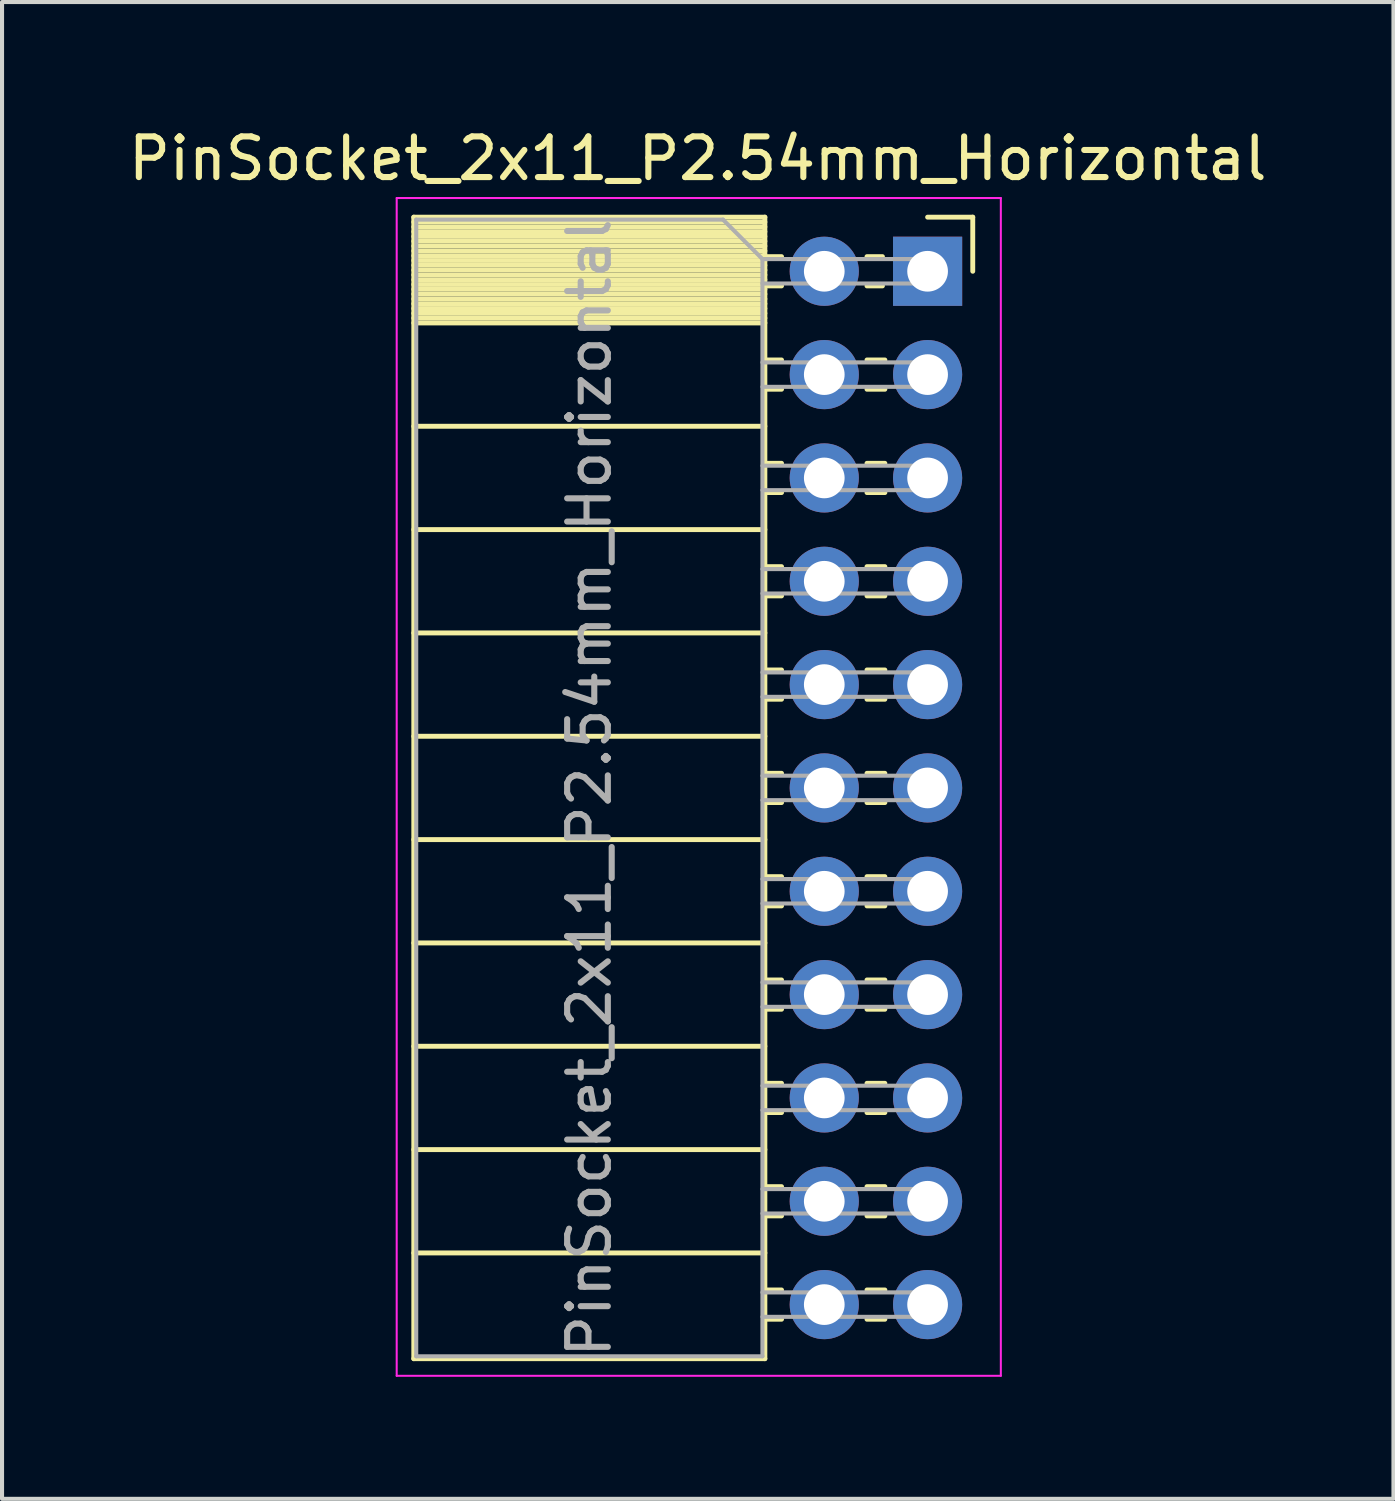
<source format=kicad_pcb>
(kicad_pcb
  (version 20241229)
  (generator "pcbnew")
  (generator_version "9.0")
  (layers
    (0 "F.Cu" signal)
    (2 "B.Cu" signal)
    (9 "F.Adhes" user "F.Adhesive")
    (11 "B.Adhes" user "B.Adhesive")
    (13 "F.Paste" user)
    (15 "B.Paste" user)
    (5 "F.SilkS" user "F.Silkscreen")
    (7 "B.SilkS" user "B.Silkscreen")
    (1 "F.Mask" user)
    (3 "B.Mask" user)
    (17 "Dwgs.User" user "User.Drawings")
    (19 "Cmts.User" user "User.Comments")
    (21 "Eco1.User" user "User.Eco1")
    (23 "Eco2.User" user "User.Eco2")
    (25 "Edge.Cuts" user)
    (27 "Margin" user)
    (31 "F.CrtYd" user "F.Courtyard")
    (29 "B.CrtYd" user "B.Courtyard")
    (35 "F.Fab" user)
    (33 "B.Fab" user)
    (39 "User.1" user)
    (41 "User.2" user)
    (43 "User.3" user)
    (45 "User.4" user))
  (footprint "PinSocket_2x11_P2.54mm_Horizontal"
    (layer "F.Cu")
    (at 19.751 3.618)
    (property "Reference" "PinSocket_2x11_P2.54mm_Horizontal" (at -5.65 -2.77 0) (layer "F.SilkS") (effects (font (size 1 1) (thickness 0.15))))
    (attr through_hole)
    (fp_line (start -12.63 -1.33) (end -12.63 26.73) (stroke (width 0.12) (type solid)) (layer "F.SilkS"))
    (fp_line (start -12.63 -1.33) (end -4 -1.33) (stroke (width 0.12) (type solid)) (layer "F.SilkS"))
    (fp_line (start -12.63 -1.21) (end -4 -1.21) (stroke (width 0.12) (type solid)) (layer "F.SilkS"))
    (fp_line (start -12.63 -1.092) (end -4 -1.092) (stroke (width 0.12) (type solid)) (layer "F.SilkS"))
    (fp_line (start -12.63 -0.974) (end -4 -0.974) (stroke (width 0.12) (type solid)) (layer "F.SilkS"))
    (fp_line (start -12.63 -0.856) (end -4 -0.856) (stroke (width 0.12) (type solid)) (layer "F.SilkS"))
    (fp_line (start -12.63 -0.738) (end -4 -0.738) (stroke (width 0.12) (type solid)) (layer "F.SilkS"))
    (fp_line (start -12.63 -0.62) (end -4 -0.62) (stroke (width 0.12) (type solid)) (layer "F.SilkS"))
    (fp_line (start -12.63 -0.501) (end -4 -0.501) (stroke (width 0.12) (type solid)) (layer "F.SilkS"))
    (fp_line (start -12.63 -0.383) (end -4 -0.383) (stroke (width 0.12) (type solid)) (layer "F.SilkS"))
    (fp_line (start -12.63 -0.265) (end -4 -0.265) (stroke (width 0.12) (type solid)) (layer "F.SilkS"))
    (fp_line (start -12.63 -0.147) (end -4 -0.147) (stroke (width 0.12) (type solid)) (layer "F.SilkS"))
    (fp_line (start -12.63 -0.029) (end -4 -0.029) (stroke (width 0.12) (type solid)) (layer "F.SilkS"))
    (fp_line (start -12.63 0.089) (end -4 0.089) (stroke (width 0.12) (type solid)) (layer "F.SilkS"))
    (fp_line (start -12.63 0.207) (end -4 0.207) (stroke (width 0.12) (type solid)) (layer "F.SilkS"))
    (fp_line (start -12.63 0.325) (end -4 0.325) (stroke (width 0.12) (type solid)) (layer "F.SilkS"))
    (fp_line (start -12.63 0.443) (end -4 0.443) (stroke (width 0.12) (type solid)) (layer "F.SilkS"))
    (fp_line (start -12.63 0.561) (end -4 0.561) (stroke (width 0.12) (type solid)) (layer "F.SilkS"))
    (fp_line (start -12.63 0.68) (end -4 0.68) (stroke (width 0.12) (type solid)) (layer "F.SilkS"))
    (fp_line (start -12.63 0.798) (end -4 0.798) (stroke (width 0.12) (type solid)) (layer "F.SilkS"))
    (fp_line (start -12.63 0.916) (end -4 0.916) (stroke (width 0.12) (type solid)) (layer "F.SilkS"))
    (fp_line (start -12.63 1.034) (end -4 1.034) (stroke (width 0.12) (type solid)) (layer "F.SilkS"))
    (fp_line (start -12.63 1.152) (end -4 1.152) (stroke (width 0.12) (type solid)) (layer "F.SilkS"))
    (fp_line (start -12.63 1.27) (end -4 1.27) (stroke (width 0.12) (type solid)) (layer "F.SilkS"))
    (fp_line (start -12.63 3.81) (end -4 3.81) (stroke (width 0.12) (type solid)) (layer "F.SilkS"))
    (fp_line (start -12.63 6.35) (end -4 6.35) (stroke (width 0.12) (type solid)) (layer "F.SilkS"))
    (fp_line (start -12.63 8.89) (end -4 8.89) (stroke (width 0.12) (type solid)) (layer "F.SilkS"))
    (fp_line (start -12.63 11.43) (end -4 11.43) (stroke (width 0.12) (type solid)) (layer "F.SilkS"))
    (fp_line (start -12.63 13.97) (end -4 13.97) (stroke (width 0.12) (type solid)) (layer "F.SilkS"))
    (fp_line (start -12.63 16.51) (end -4 16.51) (stroke (width 0.12) (type solid)) (layer "F.SilkS"))
    (fp_line (start -12.63 19.05) (end -4 19.05) (stroke (width 0.12) (type solid)) (layer "F.SilkS"))
    (fp_line (start -12.63 21.59) (end -4 21.59) (stroke (width 0.12) (type solid)) (layer "F.SilkS"))
    (fp_line (start -12.63 24.13) (end -4 24.13) (stroke (width 0.12) (type solid)) (layer "F.SilkS"))
    (fp_line (start -12.63 26.73) (end -4 26.73) (stroke (width 0.12) (type solid)) (layer "F.SilkS"))
    (fp_line (start -4 -1.33) (end -4 26.73) (stroke (width 0.12) (type solid)) (layer "F.SilkS"))
    (fp_line (start -4 -0.36) (end -3.59 -0.36) (stroke (width 0.12) (type solid)) (layer "F.SilkS"))
    (fp_line (start -4 0.36) (end -3.59 0.36) (stroke (width 0.12) (type solid)) (layer "F.SilkS"))
    (fp_line (start -4 2.18) (end -3.59 2.18) (stroke (width 0.12) (type solid)) (layer "F.SilkS"))
    (fp_line (start -4 2.9) (end -3.59 2.9) (stroke (width 0.12) (type solid)) (layer "F.SilkS"))
    (fp_line (start -4 4.72) (end -3.59 4.72) (stroke (width 0.12) (type solid)) (layer "F.SilkS"))
    (fp_line (start -4 5.44) (end -3.59 5.44) (stroke (width 0.12) (type solid)) (layer "F.SilkS"))
    (fp_line (start -4 7.26) (end -3.59 7.26) (stroke (width 0.12) (type solid)) (layer "F.SilkS"))
    (fp_line (start -4 7.98) (end -3.59 7.98) (stroke (width 0.12) (type solid)) (layer "F.SilkS"))
    (fp_line (start -4 9.8) (end -3.59 9.8) (stroke (width 0.12) (type solid)) (layer "F.SilkS"))
    (fp_line (start -4 10.52) (end -3.59 10.52) (stroke (width 0.12) (type solid)) (layer "F.SilkS"))
    (fp_line (start -4 12.34) (end -3.59 12.34) (stroke (width 0.12) (type solid)) (layer "F.SilkS"))
    (fp_line (start -4 13.06) (end -3.59 13.06) (stroke (width 0.12) (type solid)) (layer "F.SilkS"))
    (fp_line (start -4 14.88) (end -3.59 14.88) (stroke (width 0.12) (type solid)) (layer "F.SilkS"))
    (fp_line (start -4 15.6) (end -3.59 15.6) (stroke (width 0.12) (type solid)) (layer "F.SilkS"))
    (fp_line (start -4 17.42) (end -3.59 17.42) (stroke (width 0.12) (type solid)) (layer "F.SilkS"))
    (fp_line (start -4 18.14) (end -3.59 18.14) (stroke (width 0.12) (type solid)) (layer "F.SilkS"))
    (fp_line (start -4 19.96) (end -3.59 19.96) (stroke (width 0.12) (type solid)) (layer "F.SilkS"))
    (fp_line (start -4 20.68) (end -3.59 20.68) (stroke (width 0.12) (type solid)) (layer "F.SilkS"))
    (fp_line (start -4 22.5) (end -3.59 22.5) (stroke (width 0.12) (type solid)) (layer "F.SilkS"))
    (fp_line (start -4 23.22) (end -3.59 23.22) (stroke (width 0.12) (type solid)) (layer "F.SilkS"))
    (fp_line (start -4 25.04) (end -3.59 25.04) (stroke (width 0.12) (type solid)) (layer "F.SilkS"))
    (fp_line (start -4 25.76) (end -3.59 25.76) (stroke (width 0.12) (type solid)) (layer "F.SilkS"))
    (fp_line (start -1.49 -0.36) (end -1.11 -0.36) (stroke (width 0.12) (type solid)) (layer "F.SilkS"))
    (fp_line (start -1.49 0.36) (end -1.11 0.36) (stroke (width 0.12) (type solid)) (layer "F.SilkS"))
    (fp_line (start -1.49 2.18) (end -1.05 2.18) (stroke (width 0.12) (type solid)) (layer "F.SilkS"))
    (fp_line (start -1.49 2.9) (end -1.05 2.9) (stroke (width 0.12) (type solid)) (layer "F.SilkS"))
    (fp_line (start -1.49 4.72) (end -1.05 4.72) (stroke (width 0.12) (type solid)) (layer "F.SilkS"))
    (fp_line (start -1.49 5.44) (end -1.05 5.44) (stroke (width 0.12) (type solid)) (layer "F.SilkS"))
    (fp_line (start -1.49 7.26) (end -1.05 7.26) (stroke (width 0.12) (type solid)) (layer "F.SilkS"))
    (fp_line (start -1.49 7.98) (end -1.05 7.98) (stroke (width 0.12) (type solid)) (layer "F.SilkS"))
    (fp_line (start -1.49 9.8) (end -1.05 9.8) (stroke (width 0.12) (type solid)) (layer "F.SilkS"))
    (fp_line (start -1.49 10.52) (end -1.05 10.52) (stroke (width 0.12) (type solid)) (layer "F.SilkS"))
    (fp_line (start -1.49 12.34) (end -1.05 12.34) (stroke (width 0.12) (type solid)) (layer "F.SilkS"))
    (fp_line (start -1.49 13.06) (end -1.05 13.06) (stroke (width 0.12) (type solid)) (layer "F.SilkS"))
    (fp_line (start -1.49 14.88) (end -1.05 14.88) (stroke (width 0.12) (type solid)) (layer "F.SilkS"))
    (fp_line (start -1.49 15.6) (end -1.05 15.6) (stroke (width 0.12) (type solid)) (layer "F.SilkS"))
    (fp_line (start -1.49 17.42) (end -1.05 17.42) (stroke (width 0.12) (type solid)) (layer "F.SilkS"))
    (fp_line (start -1.49 18.14) (end -1.05 18.14) (stroke (width 0.12) (type solid)) (layer "F.SilkS"))
    (fp_line (start -1.49 19.96) (end -1.05 19.96) (stroke (width 0.12) (type solid)) (layer "F.SilkS"))
    (fp_line (start -1.49 20.68) (end -1.05 20.68) (stroke (width 0.12) (type solid)) (layer "F.SilkS"))
    (fp_line (start -1.49 22.5) (end -1.05 22.5) (stroke (width 0.12) (type solid)) (layer "F.SilkS"))
    (fp_line (start -1.49 23.22) (end -1.05 23.22) (stroke (width 0.12) (type solid)) (layer "F.SilkS"))
    (fp_line (start -1.49 25.04) (end -1.05 25.04) (stroke (width 0.12) (type solid)) (layer "F.SilkS"))
    (fp_line (start -1.49 25.76) (end -1.05 25.76) (stroke (width 0.12) (type solid)) (layer "F.SilkS"))
    (fp_line (start 0 -1.33) (end 1.11 -1.33) (stroke (width 0.12) (type solid)) (layer "F.SilkS"))
    (fp_line (start 1.11 -1.33) (end 1.11 0) (stroke (width 0.12) (type solid)) (layer "F.SilkS"))
    (fp_line (start -13.05 -1.8) (end -13.05 27.15) (stroke (width 0.05) (type solid)) (layer "F.CrtYd"))
    (fp_line (start -13.05 27.15) (end 1.8 27.15) (stroke (width 0.05) (type solid)) (layer "F.CrtYd"))
    (fp_line (start 1.8 -1.8) (end -13.05 -1.8) (stroke (width 0.05) (type solid)) (layer "F.CrtYd"))
    (fp_line (start 1.8 27.15) (end 1.8 -1.8) (stroke (width 0.05) (type solid)) (layer "F.CrtYd"))
    (fp_line (start -12.57 -1.27) (end -5.03 -1.27) (stroke (width 0.1) (type solid)) (layer "F.Fab"))
    (fp_line (start -12.57 26.67) (end -12.57 -1.27) (stroke (width 0.1) (type solid)) (layer "F.Fab"))
    (fp_line (start -5.03 -1.27) (end -4.06 -0.3) (stroke (width 0.1) (type solid)) (layer "F.Fab"))
    (fp_line (start -4.06 -0.3) (end -4.06 26.67) (stroke (width 0.1) (type solid)) (layer "F.Fab"))
    (fp_line (start -4.06 0.3) (end 0 0.3) (stroke (width 0.1) (type solid)) (layer "F.Fab"))
    (fp_line (start -4.06 2.84) (end 0 2.84) (stroke (width 0.1) (type solid)) (layer "F.Fab"))
    (fp_line (start -4.06 5.38) (end 0 5.38) (stroke (width 0.1) (type solid)) (layer "F.Fab"))
    (fp_line (start -4.06 7.92) (end 0 7.92) (stroke (width 0.1) (type solid)) (layer "F.Fab"))
    (fp_line (start -4.06 10.46) (end 0 10.46) (stroke (width 0.1) (type solid)) (layer "F.Fab"))
    (fp_line (start -4.06 13) (end 0 13) (stroke (width 0.1) (type solid)) (layer "F.Fab"))
    (fp_line (start -4.06 15.54) (end 0 15.54) (stroke (width 0.1) (type solid)) (layer "F.Fab"))
    (fp_line (start -4.06 18.08) (end 0 18.08) (stroke (width 0.1) (type solid)) (layer "F.Fab"))
    (fp_line (start -4.06 20.62) (end 0 20.62) (stroke (width 0.1) (type solid)) (layer "F.Fab"))
    (fp_line (start -4.06 23.16) (end 0 23.16) (stroke (width 0.1) (type solid)) (layer "F.Fab"))
    (fp_line (start -4.06 25.7) (end 0 25.7) (stroke (width 0.1) (type solid)) (layer "F.Fab"))
    (fp_line (start -4.06 26.67) (end -12.57 26.67) (stroke (width 0.1) (type solid)) (layer "F.Fab"))
    (fp_line (start 0 -0.3) (end -4.06 -0.3) (stroke (width 0.1) (type solid)) (layer "F.Fab"))
    (fp_line (start 0 0.3) (end 0 -0.3) (stroke (width 0.1) (type solid)) (layer "F.Fab"))
    (fp_line (start 0 2.24) (end -4.06 2.24) (stroke (width 0.1) (type solid)) (layer "F.Fab"))
    (fp_line (start 0 2.84) (end 0 2.24) (stroke (width 0.1) (type solid)) (layer "F.Fab"))
    (fp_line (start 0 4.78) (end -4.06 4.78) (stroke (width 0.1) (type solid)) (layer "F.Fab"))
    (fp_line (start 0 5.38) (end 0 4.78) (stroke (width 0.1) (type solid)) (layer "F.Fab"))
    (fp_line (start 0 7.32) (end -4.06 7.32) (stroke (width 0.1) (type solid)) (layer "F.Fab"))
    (fp_line (start 0 7.92) (end 0 7.32) (stroke (width 0.1) (type solid)) (layer "F.Fab"))
    (fp_line (start 0 9.86) (end -4.06 9.86) (stroke (width 0.1) (type solid)) (layer "F.Fab"))
    (fp_line (start 0 10.46) (end 0 9.86) (stroke (width 0.1) (type solid)) (layer "F.Fab"))
    (fp_line (start 0 12.4) (end -4.06 12.4) (stroke (width 0.1) (type solid)) (layer "F.Fab"))
    (fp_line (start 0 13) (end 0 12.4) (stroke (width 0.1) (type solid)) (layer "F.Fab"))
    (fp_line (start 0 14.94) (end -4.06 14.94) (stroke (width 0.1) (type solid)) (layer "F.Fab"))
    (fp_line (start 0 15.54) (end 0 14.94) (stroke (width 0.1) (type solid)) (layer "F.Fab"))
    (fp_line (start 0 17.48) (end -4.06 17.48) (stroke (width 0.1) (type solid)) (layer "F.Fab"))
    (fp_line (start 0 18.08) (end 0 17.48) (stroke (width 0.1) (type solid)) (layer "F.Fab"))
    (fp_line (start 0 20.02) (end -4.06 20.02) (stroke (width 0.1) (type solid)) (layer "F.Fab"))
    (fp_line (start 0 20.62) (end 0 20.02) (stroke (width 0.1) (type solid)) (layer "F.Fab"))
    (fp_line (start 0 22.56) (end -4.06 22.56) (stroke (width 0.1) (type solid)) (layer "F.Fab"))
    (fp_line (start 0 23.16) (end 0 22.56) (stroke (width 0.1) (type solid)) (layer "F.Fab"))
    (fp_line (start 0 25.1) (end -4.06 25.1) (stroke (width 0.1) (type solid)) (layer "F.Fab"))
    (fp_line (start 0 25.7) (end 0 25.1) (stroke (width 0.1) (type solid)) (layer "F.Fab"))
    (fp_text user "${REFERENCE}" (at -8.315 12.7 90) (layer "F.Fab") (effects (font (size 1 1) (thickness 0.15))))
    (pad "1" thru_hole rect (at 0 0) (size 1.7 1.7) (drill 1) (layers "*.Cu" "*.Mask"))
    (pad "2" thru_hole circle (at -2.54 0) (size 1.7 1.7) (drill 1) (layers "*.Cu" "*.Mask"))
    (pad "3" thru_hole circle (at 0 2.54) (size 1.7 1.7) (drill 1) (layers "*.Cu" "*.Mask"))
    (pad "4" thru_hole circle (at -2.54 2.54) (size 1.7 1.7) (drill 1) (layers "*.Cu" "*.Mask"))
    (pad "5" thru_hole circle (at 0 5.08) (size 1.7 1.7) (drill 1) (layers "*.Cu" "*.Mask"))
    (pad "6" thru_hole circle (at -2.54 5.08) (size 1.7 1.7) (drill 1) (layers "*.Cu" "*.Mask"))
    (pad "7" thru_hole circle (at 0 7.62) (size 1.7 1.7) (drill 1) (layers "*.Cu" "*.Mask"))
    (pad "8" thru_hole circle (at -2.54 7.62) (size 1.7 1.7) (drill 1) (layers "*.Cu" "*.Mask"))
    (pad "9" thru_hole circle (at 0 10.16) (size 1.7 1.7) (drill 1) (layers "*.Cu" "*.Mask"))
    (pad "10" thru_hole circle (at -2.54 10.16) (size 1.7 1.7) (drill 1) (layers "*.Cu" "*.Mask"))
    (pad "11" thru_hole circle (at 0 12.7) (size 1.7 1.7) (drill 1) (layers "*.Cu" "*.Mask"))
    (pad "12" thru_hole circle (at -2.54 12.7) (size 1.7 1.7) (drill 1) (layers "*.Cu" "*.Mask"))
    (pad "13" thru_hole circle (at 0 15.24) (size 1.7 1.7) (drill 1) (layers "*.Cu" "*.Mask"))
    (pad "14" thru_hole circle (at -2.54 15.24) (size 1.7 1.7) (drill 1) (layers "*.Cu" "*.Mask"))
    (pad "15" thru_hole circle (at 0 17.78) (size 1.7 1.7) (drill 1) (layers "*.Cu" "*.Mask"))
    (pad "16" thru_hole circle (at -2.54 17.78) (size 1.7 1.7) (drill 1) (layers "*.Cu" "*.Mask"))
    (pad "17" thru_hole circle (at 0 20.32) (size 1.7 1.7) (drill 1) (layers "*.Cu" "*.Mask"))
    (pad "18" thru_hole circle (at -2.54 20.32) (size 1.7 1.7) (drill 1) (layers "*.Cu" "*.Mask"))
    (pad "19" thru_hole circle (at 0 22.86) (size 1.7 1.7) (drill 1) (layers "*.Cu" "*.Mask"))
    (pad "20" thru_hole circle (at -2.54 22.86) (size 1.7 1.7) (drill 1) (layers "*.Cu" "*.Mask"))
    (pad "21" thru_hole circle (at 0 25.4) (size 1.7 1.7) (drill 1) (layers "*.Cu" "*.Mask"))
    (pad "22" thru_hole circle (at -2.54 25.4) (size 1.7 1.7) (drill 1) (layers "*.Cu" "*.Mask")))
  (gr_rect
    (start -3 -3)
    (end 31.202 33.793)
    (stroke (width 0.1) (type default))
    (fill no)
    (layer "Edge.Cuts")))
</source>
